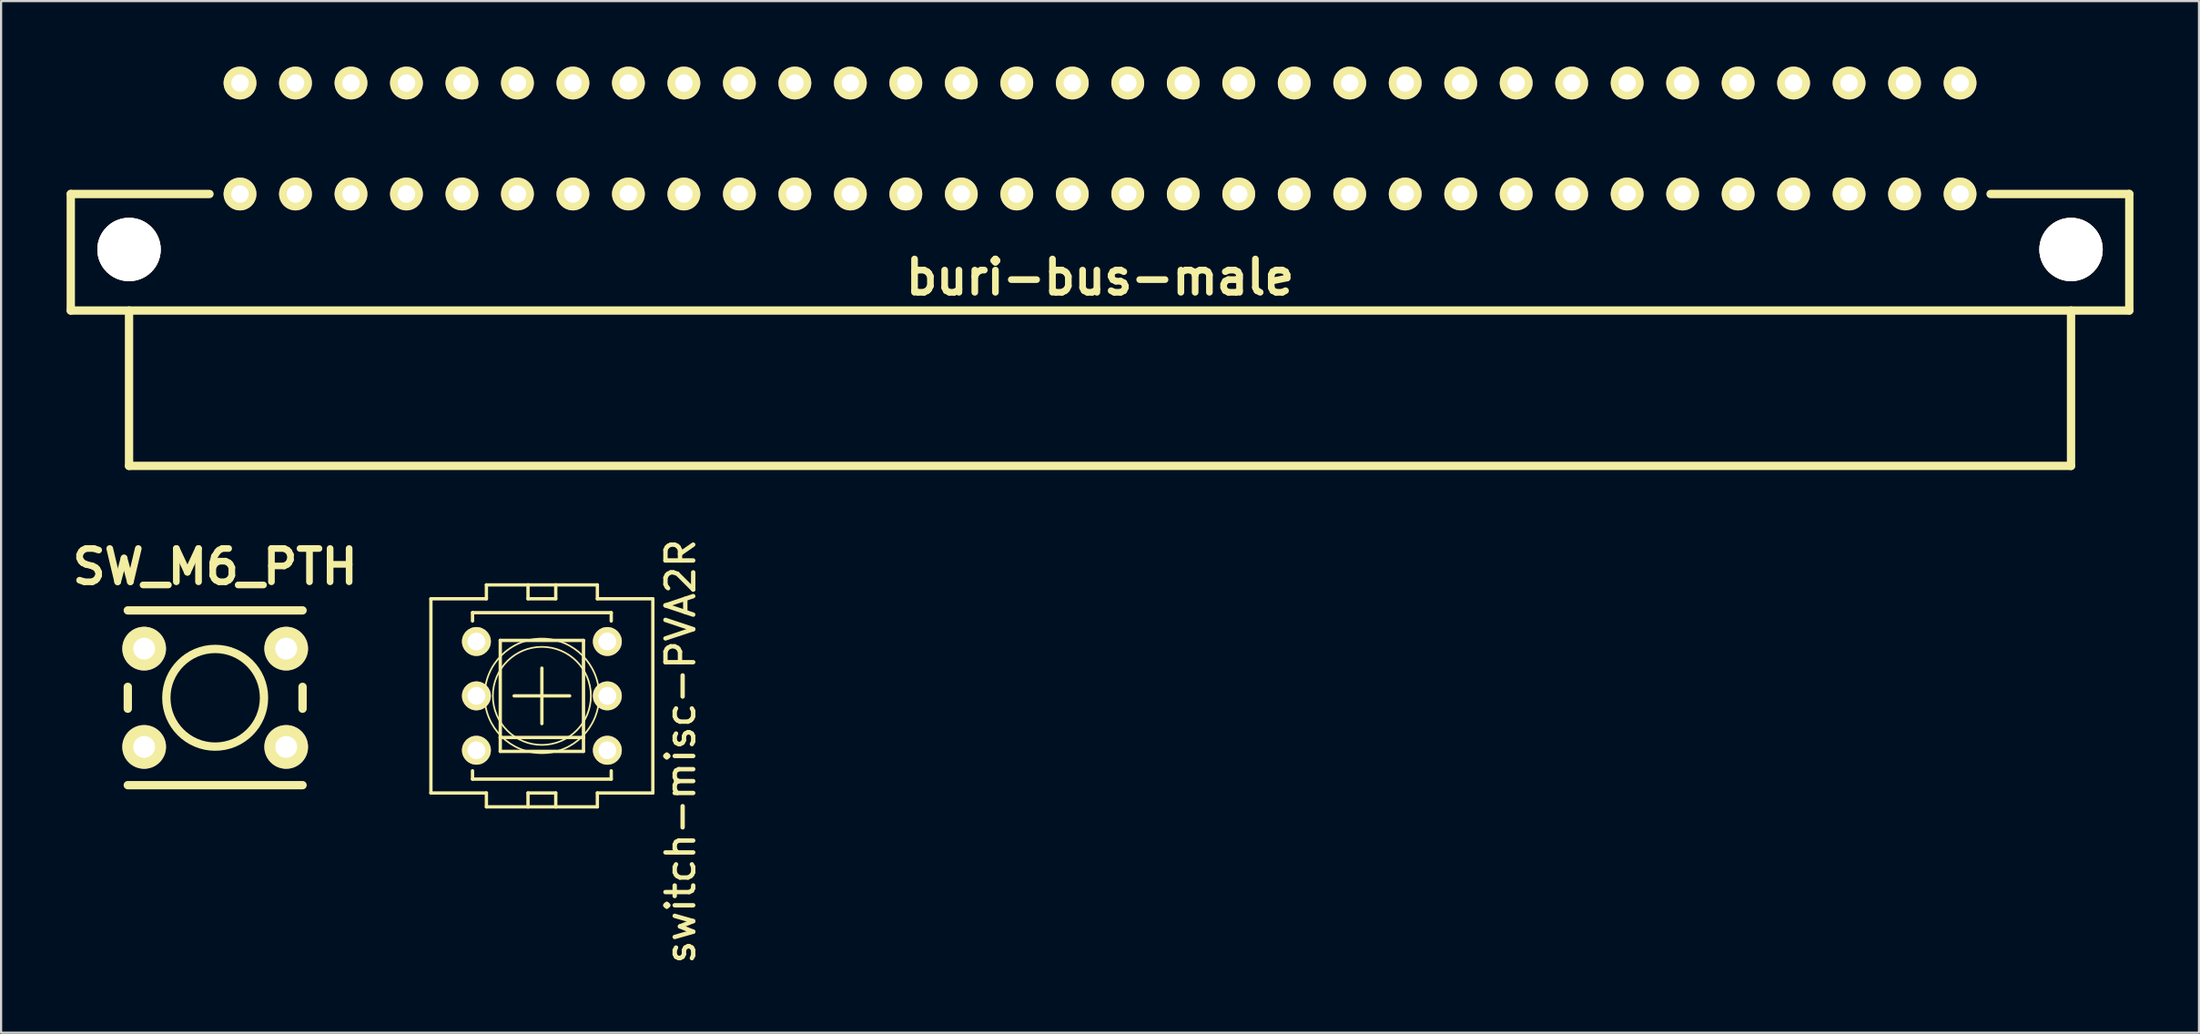
<source format=kicad_pcb>
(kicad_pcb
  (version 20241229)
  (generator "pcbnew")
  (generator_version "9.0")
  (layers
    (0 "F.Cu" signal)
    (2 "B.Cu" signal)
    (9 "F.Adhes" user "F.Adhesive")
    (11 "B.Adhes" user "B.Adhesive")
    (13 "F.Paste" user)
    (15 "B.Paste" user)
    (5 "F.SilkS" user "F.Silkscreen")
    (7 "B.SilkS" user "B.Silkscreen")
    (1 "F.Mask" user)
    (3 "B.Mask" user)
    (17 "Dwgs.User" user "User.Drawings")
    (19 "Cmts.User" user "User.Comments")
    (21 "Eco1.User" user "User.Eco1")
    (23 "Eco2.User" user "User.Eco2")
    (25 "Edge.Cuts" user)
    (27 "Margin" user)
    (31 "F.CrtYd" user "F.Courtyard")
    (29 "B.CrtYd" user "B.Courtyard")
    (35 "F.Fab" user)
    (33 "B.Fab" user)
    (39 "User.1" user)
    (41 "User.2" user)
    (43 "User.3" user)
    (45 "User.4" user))
  (footprint "switch-misc-PVA2R"
    (layer "F.Cu")
    (at 21.756 28.806)
    (property "Reference" "switch-misc-PVA2R" (at 6.35 2.54 90) (layer "F.SilkS") (effects (font (size 1.27 1.27) (thickness 0.2))))
    (attr exclude_from_pos_files exclude_from_bom)
    (fp_line (start -5.08 -4.445) (end -2.54 -4.445) (stroke (width 0.152) (type solid)) (layer "F.SilkS"))
    (fp_line (start -5.08 4.445) (end -5.08 -4.445) (stroke (width 0.152) (type solid)) (layer "F.SilkS"))
    (fp_line (start -5.08 4.445) (end -2.54 4.445) (stroke (width 0.152) (type solid)) (layer "F.SilkS"))
    (fp_line (start -3.175 -3.81) (end -3.175 -3.429) (stroke (width 0.152) (type solid)) (layer "F.SilkS"))
    (fp_line (start -3.175 -3.81) (end 3.175 -3.81) (stroke (width 0.152) (type solid)) (layer "F.SilkS"))
    (fp_line (start -3.175 3.429) (end -3.175 3.81) (stroke (width 0.152) (type solid)) (layer "F.SilkS"))
    (fp_line (start -3.175 3.81) (end 3.175 3.81) (stroke (width 0.152) (type solid)) (layer "F.SilkS"))
    (fp_line (start -2.54 -5.08) (end -2.54 -4.445) (stroke (width 0.152) (type solid)) (layer "F.SilkS"))
    (fp_line (start -2.54 -5.08) (end -0.635 -5.08) (stroke (width 0.152) (type solid)) (layer "F.SilkS"))
    (fp_line (start -2.54 5.08) (end -2.54 4.445) (stroke (width 0.152) (type solid)) (layer "F.SilkS"))
    (fp_line (start -1.905 -2.54) (end -1.905 1.905) (stroke (width 0.152) (type solid)) (layer "F.SilkS"))
    (fp_line (start -1.905 1.905) (end -1.905 2.54) (stroke (width 0.152) (type solid)) (layer "F.SilkS"))
    (fp_line (start -1.905 1.905) (end 1.905 1.905) (stroke (width 0.152) (type solid)) (layer "F.SilkS"))
    (fp_line (start -1.905 2.54) (end 1.905 2.54) (stroke (width 0.152) (type solid)) (layer "F.SilkS"))
    (fp_line (start -1.27 0) (end 1.27 0) (stroke (width 0.152) (type solid)) (layer "F.SilkS"))
    (fp_line (start -0.635 -5.08) (end -0.635 -4.445) (stroke (width 0.152) (type solid)) (layer "F.SilkS"))
    (fp_line (start -0.635 -5.08) (end 0.635 -5.08) (stroke (width 0.152) (type solid)) (layer "F.SilkS"))
    (fp_line (start -0.635 -4.445) (end 0.635 -4.445) (stroke (width 0.152) (type solid)) (layer "F.SilkS"))
    (fp_line (start -0.635 4.445) (end 0.635 4.445) (stroke (width 0.152) (type solid)) (layer "F.SilkS"))
    (fp_line (start -0.635 5.08) (end -2.54 5.08) (stroke (width 0.152) (type solid)) (layer "F.SilkS"))
    (fp_line (start -0.635 5.08) (end -0.635 4.445) (stroke (width 0.152) (type solid)) (layer "F.SilkS"))
    (fp_line (start 0 1.27) (end 0 -1.27) (stroke (width 0.152) (type solid)) (layer "F.SilkS"))
    (fp_line (start 0.635 -5.08) (end 2.54 -5.08) (stroke (width 0.152) (type solid)) (layer "F.SilkS"))
    (fp_line (start 0.635 -4.445) (end 0.635 -5.08) (stroke (width 0.152) (type solid)) (layer "F.SilkS"))
    (fp_line (start 0.635 4.445) (end 0.635 5.08) (stroke (width 0.152) (type solid)) (layer "F.SilkS"))
    (fp_line (start 0.635 5.08) (end -0.635 5.08) (stroke (width 0.152) (type solid)) (layer "F.SilkS"))
    (fp_line (start 1.905 -2.54) (end -1.905 -2.54) (stroke (width 0.152) (type solid)) (layer "F.SilkS"))
    (fp_line (start 1.905 1.905) (end 1.905 -2.54) (stroke (width 0.152) (type solid)) (layer "F.SilkS"))
    (fp_line (start 1.905 2.54) (end 1.905 1.905) (stroke (width 0.152) (type solid)) (layer "F.SilkS"))
    (fp_line (start 2.54 -5.08) (end 2.54 -4.445) (stroke (width 0.152) (type solid)) (layer "F.SilkS"))
    (fp_line (start 2.54 5.08) (end 0.635 5.08) (stroke (width 0.152) (type solid)) (layer "F.SilkS"))
    (fp_line (start 2.54 5.08) (end 2.54 4.445) (stroke (width 0.152) (type solid)) (layer "F.SilkS"))
    (fp_line (start 3.175 -3.81) (end 3.175 -3.429) (stroke (width 0.152) (type solid)) (layer "F.SilkS"))
    (fp_line (start 3.175 3.429) (end 3.175 3.81) (stroke (width 0.152) (type solid)) (layer "F.SilkS"))
    (fp_line (start 5.08 -4.445) (end 2.54 -4.445) (stroke (width 0.152) (type solid)) (layer "F.SilkS"))
    (fp_line (start 5.08 -4.445) (end 5.08 4.445) (stroke (width 0.152) (type solid)) (layer "F.SilkS"))
    (fp_line (start 5.08 4.445) (end 2.54 4.445) (stroke (width 0.152) (type solid)) (layer "F.SilkS"))
    (fp_circle (center 0 0) (end -1.854 1.854) (stroke (width 0.076) (type solid)) (fill no) (layer "F.SilkS"))
    (fp_circle (center 0 0) (end -1.587 1.587) (stroke (width 0.076) (type solid)) (fill no) (layer "F.SilkS"))
    (pad "1" thru_hole circle (at -2.997 -2.489) (size 1.321 1.321) (drill 0.813) (layers "*.Cu" "*.Mask" "F.SilkS" "F.Paste"))
    (pad "2" thru_hole circle (at -2.997 0) (size 1.321 1.321) (drill 0.813) (layers "*.Cu" "*.Mask" "F.SilkS" "F.Paste"))
    (pad "3" thru_hole circle (at -2.997 2.489) (size 1.321 1.321) (drill 0.813) (layers "*.Cu" "*.Mask" "F.SilkS" "F.Paste"))
    (pad "4" thru_hole circle (at 2.997 -2.489) (size 1.321 1.321) (drill 0.813) (layers "*.Cu" "*.Mask" "F.SilkS" "F.Paste"))
    (pad "5" thru_hole circle (at 2.997 0) (size 1.321 1.321) (drill 0.813) (layers "*.Cu" "*.Mask" "F.SilkS" "F.Paste"))
    (pad "6" thru_hole circle (at 2.997 2.489) (size 1.321 1.321) (drill 0.813) (layers "*.Cu" "*.Mask" "F.SilkS" "F.Paste")))
  (footprint "SW_M6_PTH"
    (layer "F.Cu")
    (at 6.8 28.893)
    (property "Reference" "SW_M6_PTH" (at 0 -5.999 0) (layer "F.SilkS") (effects (font (size 1.524 1.524) (thickness 0.305))))
    (attr through_hole)
    (fp_line (start -4 -4) (end 4 -4) (stroke (width 0.381) (type solid)) (layer "F.SilkS"))
    (fp_line (start -4 -0.5) (end -4 0.5) (stroke (width 0.381) (type solid)) (layer "F.SilkS"))
    (fp_line (start -4 4) (end 4 4) (stroke (width 0.381) (type solid)) (layer "F.SilkS"))
    (fp_line (start 4 -0.5) (end 4 0.5) (stroke (width 0.381) (type solid)) (layer "F.SilkS"))
    (fp_circle (center 0 0) (end 1.001 -1.999) (stroke (width 0.381) (type solid)) (fill no) (layer "F.SilkS"))
    (pad "1" thru_hole circle (at -3.251 -2.25) (size 1.999 1.999) (drill 1.001) (layers "*.Cu" "*.Mask" "F.SilkS"))
    (pad "1" thru_hole circle (at 3.251 -2.25) (size 1.999 1.999) (drill 1.001) (layers "*.Cu" "*.Mask" "F.SilkS"))
    (pad "2" thru_hole circle (at -3.251 2.25) (size 1.999 1.999) (drill 1.001) (layers "*.Cu" "*.Mask" "F.SilkS"))
    (pad "2" thru_hole circle (at 3.251 2.25) (size 1.999 1.999) (drill 1.001) (layers "*.Cu" "*.Mask" "F.SilkS")))
  (footprint "buri-bus-male"
    (layer "F.Cu")
    (at 47.307 3.291)
    (property "Reference" "buri-bus-male" (at 0 6.35 0) (layer "F.SilkS") (effects (font (size 1.524 1.524) (thickness 0.305))))
    (attr through_hole)
    (fp_line (start -47.117 2.54) (end -40.767 2.54) (stroke (width 0.381) (type solid)) (layer "F.SilkS"))
    (fp_line (start -47.117 7.874) (end -47.117 2.54) (stroke (width 0.381) (type solid)) (layer "F.SilkS"))
    (fp_line (start -44.45 14.986) (end -44.45 7.874) (stroke (width 0.381) (type solid)) (layer "F.SilkS"))
    (fp_line (start 44.45 7.874) (end 44.45 14.986) (stroke (width 0.381) (type solid)) (layer "F.SilkS"))
    (fp_line (start 44.45 14.986) (end -44.45 14.986) (stroke (width 0.381) (type solid)) (layer "F.SilkS"))
    (fp_line (start 47.117 2.54) (end 40.767 2.54) (stroke (width 0.381) (type solid)) (layer "F.SilkS"))
    (fp_line (start 47.117 2.54) (end 47.117 7.874) (stroke (width 0.381) (type solid)) (layer "F.SilkS"))
    (fp_line (start 47.117 7.874) (end -47.117 7.874) (stroke (width 0.381) (type solid)) (layer "F.SilkS"))
    (pad "1" thru_hole circle (at -44.45 5.08) (size 2.901 2.901) (drill 2.901) (layers "*.Cu" "*.Mask" "F.SilkS"))
    (pad "1" thru_hole circle (at 44.45 5.08) (size 2.901 2.901) (drill 2.901) (layers "*.Cu" "*.Mask" "F.SilkS"))
    (pad "1a" thru_hole circle (at 39.37 2.54 180) (size 1.501 1.501) (drill 0.8) (layers "*.Cu" "*.Mask" "F.SilkS"))
    (pad "1c" thru_hole circle (at 39.37 -2.54 180) (size 1.501 1.501) (drill 0.8) (layers "*.Cu" "*.Mask" "F.SilkS"))
    (pad "2a" thru_hole circle (at 36.83 2.54 180) (size 1.501 1.501) (drill 0.8) (layers "*.Cu" "*.Mask" "F.SilkS"))
    (pad "2c" thru_hole circle (at 36.83 -2.54 180) (size 1.501 1.501) (drill 0.8) (layers "*.Cu" "*.Mask" "F.SilkS"))
    (pad "3a" thru_hole circle (at 34.29 2.54 180) (size 1.501 1.501) (drill 0.8) (layers "*.Cu" "*.Mask" "F.SilkS"))
    (pad "3c" thru_hole circle (at 34.29 -2.54 180) (size 1.501 1.501) (drill 0.8) (layers "*.Cu" "*.Mask" "F.SilkS"))
    (pad "4a" thru_hole circle (at 31.75 2.54 180) (size 1.501 1.501) (drill 0.8) (layers "*.Cu" "*.Mask" "F.SilkS"))
    (pad "4c" thru_hole circle (at 31.75 -2.54 180) (size 1.501 1.501) (drill 0.8) (layers "*.Cu" "*.Mask" "F.SilkS"))
    (pad "5a" thru_hole circle (at 29.21 2.54 180) (size 1.501 1.501) (drill 0.8) (layers "*.Cu" "*.Mask" "F.SilkS"))
    (pad "5c" thru_hole circle (at 29.21 -2.54 180) (size 1.501 1.501) (drill 0.8) (layers "*.Cu" "*.Mask" "F.SilkS"))
    (pad "6a" thru_hole circle (at 26.67 2.54 180) (size 1.501 1.501) (drill 0.8) (layers "*.Cu" "*.Mask" "F.SilkS"))
    (pad "6c" thru_hole circle (at 26.67 -2.54 180) (size 1.501 1.501) (drill 0.8) (layers "*.Cu" "*.Mask" "F.SilkS"))
    (pad "7a" thru_hole circle (at 24.13 2.54 180) (size 1.501 1.501) (drill 0.8) (layers "*.Cu" "*.Mask" "F.SilkS"))
    (pad "7c" thru_hole circle (at 24.13 -2.54 180) (size 1.501 1.501) (drill 0.8) (layers "*.Cu" "*.Mask" "F.SilkS"))
    (pad "8a" thru_hole circle (at 21.59 2.54 180) (size 1.501 1.501) (drill 0.8) (layers "*.Cu" "*.Mask" "F.SilkS"))
    (pad "8c" thru_hole circle (at 21.59 -2.54 180) (size 1.501 1.501) (drill 0.8) (layers "*.Cu" "*.Mask" "F.SilkS"))
    (pad "9a" thru_hole circle (at 19.05 2.54 180) (size 1.501 1.501) (drill 0.8) (layers "*.Cu" "*.Mask" "F.SilkS"))
    (pad "9c" thru_hole circle (at 19.05 -2.54 180) (size 1.501 1.501) (drill 0.8) (layers "*.Cu" "*.Mask" "F.SilkS"))
    (pad "10a" thru_hole circle (at 16.51 2.54 180) (size 1.501 1.501) (drill 0.8) (layers "*.Cu" "*.Mask" "F.SilkS"))
    (pad "10c" thru_hole circle (at 16.51 -2.54 180) (size 1.501 1.501) (drill 0.8) (layers "*.Cu" "*.Mask" "F.SilkS"))
    (pad "11a" thru_hole circle (at 13.97 2.54 180) (size 1.501 1.501) (drill 0.8) (layers "*.Cu" "*.Mask" "F.SilkS"))
    (pad "11c" thru_hole circle (at 13.97 -2.54 180) (size 1.501 1.501) (drill 0.8) (layers "*.Cu" "*.Mask" "F.SilkS"))
    (pad "12a" thru_hole circle (at 11.43 2.54 180) (size 1.501 1.501) (drill 0.8) (layers "*.Cu" "*.Mask" "F.SilkS"))
    (pad "12c" thru_hole circle (at 11.43 -2.54 180) (size 1.501 1.501) (drill 0.8) (layers "*.Cu" "*.Mask" "F.SilkS"))
    (pad "13a" thru_hole circle (at 8.89 2.54 180) (size 1.501 1.501) (drill 0.8) (layers "*.Cu" "*.Mask" "F.SilkS"))
    (pad "13c" thru_hole circle (at 8.89 -2.54 180) (size 1.501 1.501) (drill 0.8) (layers "*.Cu" "*.Mask" "F.SilkS"))
    (pad "14a" thru_hole circle (at 6.35 2.54 180) (size 1.501 1.501) (drill 0.8) (layers "*.Cu" "*.Mask" "F.SilkS"))
    (pad "14c" thru_hole circle (at 6.35 -2.54 180) (size 1.501 1.501) (drill 0.8) (layers "*.Cu" "*.Mask" "F.SilkS"))
    (pad "15a" thru_hole circle (at 3.81 2.54 180) (size 1.501 1.501) (drill 0.8) (layers "*.Cu" "*.Mask" "F.SilkS"))
    (pad "15c" thru_hole circle (at 3.81 -2.54 180) (size 1.501 1.501) (drill 0.8) (layers "*.Cu" "*.Mask" "F.SilkS"))
    (pad "16a" thru_hole circle (at 1.27 2.54 180) (size 1.501 1.501) (drill 0.8) (layers "*.Cu" "*.Mask" "F.SilkS"))
    (pad "16c" thru_hole circle (at 1.27 -2.54 180) (size 1.501 1.501) (drill 0.8) (layers "*.Cu" "*.Mask" "F.SilkS"))
    (pad "17a" thru_hole circle (at -1.27 2.54 180) (size 1.501 1.501) (drill 0.8) (layers "*.Cu" "*.Mask" "F.SilkS"))
    (pad "17c" thru_hole circle (at -1.27 -2.54 180) (size 1.501 1.501) (drill 0.8) (layers "*.Cu" "*.Mask" "F.SilkS"))
    (pad "18a" thru_hole circle (at -3.81 2.54 180) (size 1.501 1.501) (drill 0.8) (layers "*.Cu" "*.Mask" "F.SilkS"))
    (pad "18c" thru_hole circle (at -3.81 -2.54 180) (size 1.501 1.501) (drill 0.8) (layers "*.Cu" "*.Mask" "F.SilkS"))
    (pad "19a" thru_hole circle (at -6.35 2.54 180) (size 1.501 1.501) (drill 0.8) (layers "*.Cu" "*.Mask" "F.SilkS"))
    (pad "19c" thru_hole circle (at -6.35 -2.54 180) (size 1.501 1.501) (drill 0.8) (layers "*.Cu" "*.Mask" "F.SilkS"))
    (pad "20a" thru_hole circle (at -8.89 2.54 180) (size 1.501 1.501) (drill 0.8) (layers "*.Cu" "*.Mask" "F.SilkS"))
    (pad "20c" thru_hole circle (at -8.89 -2.54 180) (size 1.501 1.501) (drill 0.8) (layers "*.Cu" "*.Mask" "F.SilkS"))
    (pad "21a" thru_hole circle (at -11.43 2.54 180) (size 1.501 1.501) (drill 0.8) (layers "*.Cu" "*.Mask" "F.SilkS"))
    (pad "21c" thru_hole circle (at -11.43 -2.54 180) (size 1.501 1.501) (drill 0.8) (layers "*.Cu" "*.Mask" "F.SilkS"))
    (pad "22a" thru_hole circle (at -13.97 2.54 180) (size 1.501 1.501) (drill 0.8) (layers "*.Cu" "*.Mask" "F.SilkS"))
    (pad "22c" thru_hole circle (at -13.97 -2.54 180) (size 1.501 1.501) (drill 0.8) (layers "*.Cu" "*.Mask" "F.SilkS"))
    (pad "23a" thru_hole circle (at -16.51 2.54 180) (size 1.501 1.501) (drill 0.8) (layers "*.Cu" "*.Mask" "F.SilkS"))
    (pad "23c" thru_hole circle (at -16.51 -2.54 180) (size 1.501 1.501) (drill 0.8) (layers "*.Cu" "*.Mask" "F.SilkS"))
    (pad "24a" thru_hole circle (at -19.05 2.54 180) (size 1.501 1.501) (drill 0.8) (layers "*.Cu" "*.Mask" "F.SilkS"))
    (pad "24c" thru_hole circle (at -19.05 -2.54 180) (size 1.501 1.501) (drill 0.8) (layers "*.Cu" "*.Mask" "F.SilkS"))
    (pad "25a" thru_hole circle (at -21.59 2.54 180) (size 1.501 1.501) (drill 0.8) (layers "*.Cu" "*.Mask" "F.SilkS"))
    (pad "25c" thru_hole circle (at -21.59 -2.54 180) (size 1.501 1.501) (drill 0.8) (layers "*.Cu" "*.Mask" "F.SilkS"))
    (pad "26a" thru_hole circle (at -24.13 2.54 180) (size 1.501 1.501) (drill 0.8) (layers "*.Cu" "*.Mask" "F.SilkS"))
    (pad "26c" thru_hole circle (at -24.13 -2.54 180) (size 1.501 1.501) (drill 0.8) (layers "*.Cu" "*.Mask" "F.SilkS"))
    (pad "27a" thru_hole circle (at -26.67 2.54 180) (size 1.501 1.501) (drill 0.8) (layers "*.Cu" "*.Mask" "F.SilkS"))
    (pad "27c" thru_hole circle (at -26.67 -2.54 180) (size 1.501 1.501) (drill 0.8) (layers "*.Cu" "*.Mask" "F.SilkS"))
    (pad "28a" thru_hole circle (at -29.21 2.54 180) (size 1.501 1.501) (drill 0.8) (layers "*.Cu" "*.Mask" "F.SilkS"))
    (pad "28c" thru_hole circle (at -29.21 -2.54 180) (size 1.501 1.501) (drill 0.8) (layers "*.Cu" "*.Mask" "F.SilkS"))
    (pad "29a" thru_hole circle (at -31.75 2.54 180) (size 1.501 1.501) (drill 0.8) (layers "*.Cu" "*.Mask" "F.SilkS"))
    (pad "29c" thru_hole circle (at -31.75 -2.54 180) (size 1.501 1.501) (drill 0.8) (layers "*.Cu" "*.Mask" "F.SilkS"))
    (pad "30a" thru_hole circle (at -34.29 2.54 180) (size 1.501 1.501) (drill 0.8) (layers "*.Cu" "*.Mask" "F.SilkS"))
    (pad "30c" thru_hole circle (at -34.29 -2.54 180) (size 1.501 1.501) (drill 0.8) (layers "*.Cu" "*.Mask" "F.SilkS"))
    (pad "31a" thru_hole circle (at -36.83 2.54 180) (size 1.501 1.501) (drill 0.8) (layers "*.Cu" "*.Mask" "F.SilkS"))
    (pad "31c" thru_hole circle (at -36.83 -2.54 180) (size 1.501 1.501) (drill 0.8) (layers "*.Cu" "*.Mask" "F.SilkS"))
    (pad "32a" thru_hole circle (at -39.37 2.54 180) (size 1.501 1.501) (drill 0.8) (layers "*.Cu" "*.Mask" "F.SilkS"))
    (pad "32c" thru_hole circle (at -39.37 -2.54 180) (size 1.501 1.501) (drill 0.8) (layers "*.Cu" "*.Mask" "F.SilkS")))
  (gr_rect
    (start -3 -3)
    (end 97.615 44.226)
    (stroke (width 0.1) (type default))
    (fill no)
    (layer "Edge.Cuts")))
</source>
